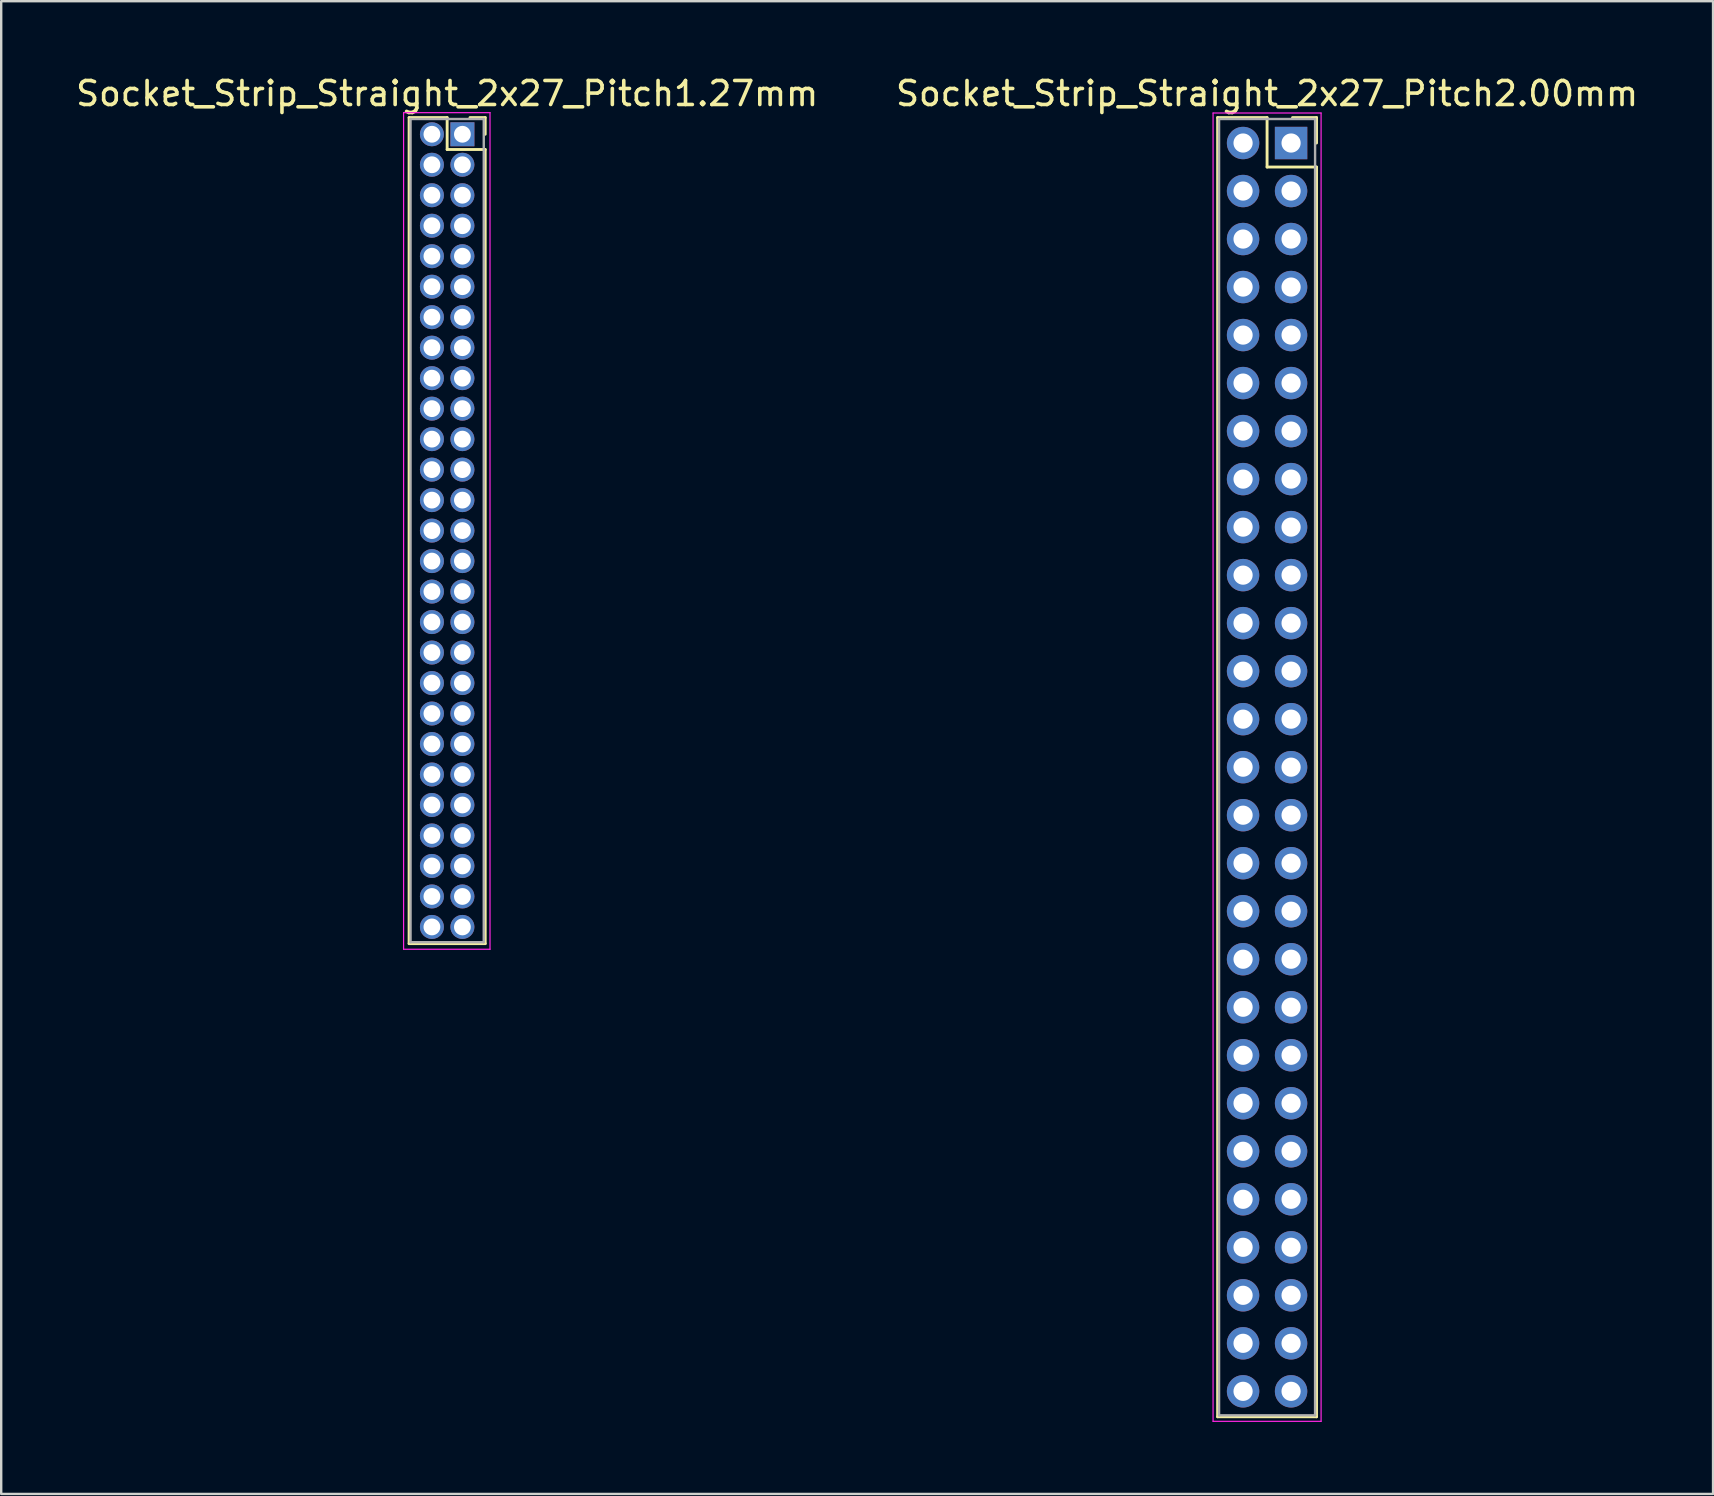
<source format=kicad_pcb>
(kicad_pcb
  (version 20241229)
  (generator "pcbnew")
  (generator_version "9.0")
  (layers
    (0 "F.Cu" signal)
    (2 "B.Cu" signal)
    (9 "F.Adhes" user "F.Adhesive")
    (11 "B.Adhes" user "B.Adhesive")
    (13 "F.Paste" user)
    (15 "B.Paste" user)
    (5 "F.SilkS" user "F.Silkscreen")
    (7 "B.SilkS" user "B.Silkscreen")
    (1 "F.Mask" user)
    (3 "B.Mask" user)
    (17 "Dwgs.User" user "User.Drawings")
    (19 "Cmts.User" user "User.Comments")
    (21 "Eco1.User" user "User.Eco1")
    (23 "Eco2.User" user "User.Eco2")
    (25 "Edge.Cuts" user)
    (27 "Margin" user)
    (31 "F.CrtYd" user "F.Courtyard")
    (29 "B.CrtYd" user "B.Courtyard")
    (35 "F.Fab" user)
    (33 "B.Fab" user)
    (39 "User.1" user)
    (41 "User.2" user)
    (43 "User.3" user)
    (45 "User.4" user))
  (footprint "Socket_Strip_Straight_2x27_Pitch2.00mm"
    (layer "F.Cu")
    (at 50.732 2.908)
    (property "Reference" "Socket_Strip_Straight_2x27_Pitch2.00mm" (at -1 -2.06 0) (layer "F.SilkS") (effects (font (size 1 1) (thickness 0.15))))
    (attr through_hole)
    (fp_line (start -3.06 -1.06) (end -1 -1.06) (stroke (width 0.12) (type solid)) (layer "F.SilkS"))
    (fp_line (start -3.06 53.06) (end -3.06 -1.06) (stroke (width 0.12) (type solid)) (layer "F.SilkS"))
    (fp_line (start -1 -1.06) (end -1 1) (stroke (width 0.12) (type solid)) (layer "F.SilkS"))
    (fp_line (start -1 1) (end 1.06 1) (stroke (width 0.12) (type solid)) (layer "F.SilkS"))
    (fp_line (start 1.06 -1.06) (end 0.06 -1.06) (stroke (width 0.12) (type solid)) (layer "F.SilkS"))
    (fp_line (start 1.06 0) (end 1.06 -1.06) (stroke (width 0.12) (type solid)) (layer "F.SilkS"))
    (fp_line (start 1.06 1) (end 1.06 53.06) (stroke (width 0.12) (type solid)) (layer "F.SilkS"))
    (fp_line (start 1.06 53.06) (end -3.06 53.06) (stroke (width 0.12) (type solid)) (layer "F.SilkS"))
    (fp_line (start -3.25 -1.25) (end -3.25 53.25) (stroke (width 0.05) (type solid)) (layer "F.CrtYd"))
    (fp_line (start -3.25 53.25) (end 1.25 53.25) (stroke (width 0.05) (type solid)) (layer "F.CrtYd"))
    (fp_line (start 1.25 -1.25) (end -3.25 -1.25) (stroke (width 0.05) (type solid)) (layer "F.CrtYd"))
    (fp_line (start 1.25 53.25) (end 1.25 -1.25) (stroke (width 0.05) (type solid)) (layer "F.CrtYd"))
    (fp_line (start -3 -1) (end -3 53) (stroke (width 0.1) (type solid)) (layer "F.Fab"))
    (fp_line (start -3 53) (end 1 53) (stroke (width 0.1) (type solid)) (layer "F.Fab"))
    (fp_line (start 1 -1) (end -3 -1) (stroke (width 0.1) (type solid)) (layer "F.Fab"))
    (fp_line (start 1 53) (end 1 -1) (stroke (width 0.1) (type solid)) (layer "F.Fab"))
    (pad "1" thru_hole rect (at 0 0) (size 1.35 1.35) (drill 0.8) (layers "*.Cu" "*.Mask"))
    (pad "2" thru_hole oval (at -2 0) (size 1.35 1.35) (drill 0.8) (layers "*.Cu" "*.Mask"))
    (pad "3" thru_hole oval (at 0 2) (size 1.35 1.35) (drill 0.8) (layers "*.Cu" "*.Mask"))
    (pad "4" thru_hole oval (at -2 2) (size 1.35 1.35) (drill 0.8) (layers "*.Cu" "*.Mask"))
    (pad "5" thru_hole oval (at 0 4) (size 1.35 1.35) (drill 0.8) (layers "*.Cu" "*.Mask"))
    (pad "6" thru_hole oval (at -2 4) (size 1.35 1.35) (drill 0.8) (layers "*.Cu" "*.Mask"))
    (pad "7" thru_hole oval (at 0 6) (size 1.35 1.35) (drill 0.8) (layers "*.Cu" "*.Mask"))
    (pad "8" thru_hole oval (at -2 6) (size 1.35 1.35) (drill 0.8) (layers "*.Cu" "*.Mask"))
    (pad "9" thru_hole oval (at 0 8) (size 1.35 1.35) (drill 0.8) (layers "*.Cu" "*.Mask"))
    (pad "10" thru_hole oval (at -2 8) (size 1.35 1.35) (drill 0.8) (layers "*.Cu" "*.Mask"))
    (pad "11" thru_hole oval (at 0 10) (size 1.35 1.35) (drill 0.8) (layers "*.Cu" "*.Mask"))
    (pad "12" thru_hole oval (at -2 10) (size 1.35 1.35) (drill 0.8) (layers "*.Cu" "*.Mask"))
    (pad "13" thru_hole oval (at 0 12) (size 1.35 1.35) (drill 0.8) (layers "*.Cu" "*.Mask"))
    (pad "14" thru_hole oval (at -2 12) (size 1.35 1.35) (drill 0.8) (layers "*.Cu" "*.Mask"))
    (pad "15" thru_hole oval (at 0 14) (size 1.35 1.35) (drill 0.8) (layers "*.Cu" "*.Mask"))
    (pad "16" thru_hole oval (at -2 14) (size 1.35 1.35) (drill 0.8) (layers "*.Cu" "*.Mask"))
    (pad "17" thru_hole oval (at 0 16) (size 1.35 1.35) (drill 0.8) (layers "*.Cu" "*.Mask"))
    (pad "18" thru_hole oval (at -2 16) (size 1.35 1.35) (drill 0.8) (layers "*.Cu" "*.Mask"))
    (pad "19" thru_hole oval (at 0 18) (size 1.35 1.35) (drill 0.8) (layers "*.Cu" "*.Mask"))
    (pad "20" thru_hole oval (at -2 18) (size 1.35 1.35) (drill 0.8) (layers "*.Cu" "*.Mask"))
    (pad "21" thru_hole oval (at 0 20) (size 1.35 1.35) (drill 0.8) (layers "*.Cu" "*.Mask"))
    (pad "22" thru_hole oval (at -2 20) (size 1.35 1.35) (drill 0.8) (layers "*.Cu" "*.Mask"))
    (pad "23" thru_hole oval (at 0 22) (size 1.35 1.35) (drill 0.8) (layers "*.Cu" "*.Mask"))
    (pad "24" thru_hole oval (at -2 22) (size 1.35 1.35) (drill 0.8) (layers "*.Cu" "*.Mask"))
    (pad "25" thru_hole oval (at 0 24) (size 1.35 1.35) (drill 0.8) (layers "*.Cu" "*.Mask"))
    (pad "26" thru_hole oval (at -2 24) (size 1.35 1.35) (drill 0.8) (layers "*.Cu" "*.Mask"))
    (pad "27" thru_hole oval (at 0 26) (size 1.35 1.35) (drill 0.8) (layers "*.Cu" "*.Mask"))
    (pad "28" thru_hole oval (at -2 26) (size 1.35 1.35) (drill 0.8) (layers "*.Cu" "*.Mask"))
    (pad "29" thru_hole oval (at 0 28) (size 1.35 1.35) (drill 0.8) (layers "*.Cu" "*.Mask"))
    (pad "30" thru_hole oval (at -2 28) (size 1.35 1.35) (drill 0.8) (layers "*.Cu" "*.Mask"))
    (pad "31" thru_hole oval (at 0 30) (size 1.35 1.35) (drill 0.8) (layers "*.Cu" "*.Mask"))
    (pad "32" thru_hole oval (at -2 30) (size 1.35 1.35) (drill 0.8) (layers "*.Cu" "*.Mask"))
    (pad "33" thru_hole oval (at 0 32) (size 1.35 1.35) (drill 0.8) (layers "*.Cu" "*.Mask"))
    (pad "34" thru_hole oval (at -2 32) (size 1.35 1.35) (drill 0.8) (layers "*.Cu" "*.Mask"))
    (pad "35" thru_hole oval (at 0 34) (size 1.35 1.35) (drill 0.8) (layers "*.Cu" "*.Mask"))
    (pad "36" thru_hole oval (at -2 34) (size 1.35 1.35) (drill 0.8) (layers "*.Cu" "*.Mask"))
    (pad "37" thru_hole oval (at 0 36) (size 1.35 1.35) (drill 0.8) (layers "*.Cu" "*.Mask"))
    (pad "38" thru_hole oval (at -2 36) (size 1.35 1.35) (drill 0.8) (layers "*.Cu" "*.Mask"))
    (pad "39" thru_hole oval (at 0 38) (size 1.35 1.35) (drill 0.8) (layers "*.Cu" "*.Mask"))
    (pad "40" thru_hole oval (at -2 38) (size 1.35 1.35) (drill 0.8) (layers "*.Cu" "*.Mask"))
    (pad "41" thru_hole oval (at 0 40) (size 1.35 1.35) (drill 0.8) (layers "*.Cu" "*.Mask"))
    (pad "42" thru_hole oval (at -2 40) (size 1.35 1.35) (drill 0.8) (layers "*.Cu" "*.Mask"))
    (pad "43" thru_hole oval (at 0 42) (size 1.35 1.35) (drill 0.8) (layers "*.Cu" "*.Mask"))
    (pad "44" thru_hole oval (at -2 42) (size 1.35 1.35) (drill 0.8) (layers "*.Cu" "*.Mask"))
    (pad "45" thru_hole oval (at 0 44) (size 1.35 1.35) (drill 0.8) (layers "*.Cu" "*.Mask"))
    (pad "46" thru_hole oval (at -2 44) (size 1.35 1.35) (drill 0.8) (layers "*.Cu" "*.Mask"))
    (pad "47" thru_hole oval (at 0 46) (size 1.35 1.35) (drill 0.8) (layers "*.Cu" "*.Mask"))
    (pad "48" thru_hole oval (at -2 46) (size 1.35 1.35) (drill 0.8) (layers "*.Cu" "*.Mask"))
    (pad "49" thru_hole oval (at 0 48) (size 1.35 1.35) (drill 0.8) (layers "*.Cu" "*.Mask"))
    (pad "50" thru_hole oval (at -2 48) (size 1.35 1.35) (drill 0.8) (layers "*.Cu" "*.Mask"))
    (pad "51" thru_hole oval (at 0 50) (size 1.35 1.35) (drill 0.8) (layers "*.Cu" "*.Mask"))
    (pad "52" thru_hole oval (at -2 50) (size 1.35 1.35) (drill 0.8) (layers "*.Cu" "*.Mask"))
    (pad "53" thru_hole oval (at 0 52) (size 1.35 1.35) (drill 0.8) (layers "*.Cu" "*.Mask"))
    (pad "54" thru_hole oval (at -2 52) (size 1.35 1.35) (drill 0.8) (layers "*.Cu" "*.Mask")))
  (footprint "Socket_Strip_Straight_2x27_Pitch1.27mm"
    (layer "F.Cu")
    (at 16.212 2.543)
    (property "Reference" "Socket_Strip_Straight_2x27_Pitch1.27mm" (at -0.635 -1.695 0) (layer "F.SilkS") (effects (font (size 1 1) (thickness 0.15))))
    (attr through_hole)
    (fp_line (start -2.22 -0.695) (end -0.635 -0.695) (stroke (width 0.12) (type solid)) (layer "F.SilkS"))
    (fp_line (start -2.22 33.715) (end -2.22 -0.695) (stroke (width 0.12) (type solid)) (layer "F.SilkS"))
    (fp_line (start -0.635 -0.695) (end -0.635 0.635) (stroke (width 0.12) (type solid)) (layer "F.SilkS"))
    (fp_line (start -0.635 0.635) (end 0.95 0.635) (stroke (width 0.12) (type solid)) (layer "F.SilkS"))
    (fp_line (start 0.95 -0.695) (end 0.315 -0.695) (stroke (width 0.12) (type solid)) (layer "F.SilkS"))
    (fp_line (start 0.95 0) (end 0.95 -0.695) (stroke (width 0.12) (type solid)) (layer "F.SilkS"))
    (fp_line (start 0.95 0.635) (end 0.95 33.715) (stroke (width 0.12) (type solid)) (layer "F.SilkS"))
    (fp_line (start 0.95 33.715) (end -2.22 33.715) (stroke (width 0.12) (type solid)) (layer "F.SilkS"))
    (fp_line (start -2.45 -0.9) (end -2.45 33.95) (stroke (width 0.05) (type solid)) (layer "F.CrtYd"))
    (fp_line (start -2.45 33.95) (end 1.15 33.95) (stroke (width 0.05) (type solid)) (layer "F.CrtYd"))
    (fp_line (start 1.15 -0.9) (end -2.45 -0.9) (stroke (width 0.05) (type solid)) (layer "F.CrtYd"))
    (fp_line (start 1.15 33.95) (end 1.15 -0.9) (stroke (width 0.05) (type solid)) (layer "F.CrtYd"))
    (fp_line (start -2.16 -0.635) (end -2.16 33.655) (stroke (width 0.1) (type solid)) (layer "F.Fab"))
    (fp_line (start -2.16 33.655) (end 0.89 33.655) (stroke (width 0.1) (type solid)) (layer "F.Fab"))
    (fp_line (start 0.89 -0.635) (end -2.16 -0.635) (stroke (width 0.1) (type solid)) (layer "F.Fab"))
    (fp_line (start 0.89 33.655) (end 0.89 -0.635) (stroke (width 0.1) (type solid)) (layer "F.Fab"))
    (pad "1" thru_hole rect (at 0 0) (size 1 1) (drill 0.7) (layers "*.Cu" "*.Mask"))
    (pad "2" thru_hole oval (at -1.27 0) (size 1 1) (drill 0.7) (layers "*.Cu" "*.Mask"))
    (pad "3" thru_hole oval (at 0 1.27) (size 1 1) (drill 0.7) (layers "*.Cu" "*.Mask"))
    (pad "4" thru_hole oval (at -1.27 1.27) (size 1 1) (drill 0.7) (layers "*.Cu" "*.Mask"))
    (pad "5" thru_hole oval (at 0 2.54) (size 1 1) (drill 0.7) (layers "*.Cu" "*.Mask"))
    (pad "6" thru_hole oval (at -1.27 2.54) (size 1 1) (drill 0.7) (layers "*.Cu" "*.Mask"))
    (pad "7" thru_hole oval (at 0 3.81) (size 1 1) (drill 0.7) (layers "*.Cu" "*.Mask"))
    (pad "8" thru_hole oval (at -1.27 3.81) (size 1 1) (drill 0.7) (layers "*.Cu" "*.Mask"))
    (pad "9" thru_hole oval (at 0 5.08) (size 1 1) (drill 0.7) (layers "*.Cu" "*.Mask"))
    (pad "10" thru_hole oval (at -1.27 5.08) (size 1 1) (drill 0.7) (layers "*.Cu" "*.Mask"))
    (pad "11" thru_hole oval (at 0 6.35) (size 1 1) (drill 0.7) (layers "*.Cu" "*.Mask"))
    (pad "12" thru_hole oval (at -1.27 6.35) (size 1 1) (drill 0.7) (layers "*.Cu" "*.Mask"))
    (pad "13" thru_hole oval (at 0 7.62) (size 1 1) (drill 0.7) (layers "*.Cu" "*.Mask"))
    (pad "14" thru_hole oval (at -1.27 7.62) (size 1 1) (drill 0.7) (layers "*.Cu" "*.Mask"))
    (pad "15" thru_hole oval (at 0 8.89) (size 1 1) (drill 0.7) (layers "*.Cu" "*.Mask"))
    (pad "16" thru_hole oval (at -1.27 8.89) (size 1 1) (drill 0.7) (layers "*.Cu" "*.Mask"))
    (pad "17" thru_hole oval (at 0 10.16) (size 1 1) (drill 0.7) (layers "*.Cu" "*.Mask"))
    (pad "18" thru_hole oval (at -1.27 10.16) (size 1 1) (drill 0.7) (layers "*.Cu" "*.Mask"))
    (pad "19" thru_hole oval (at 0 11.43) (size 1 1) (drill 0.7) (layers "*.Cu" "*.Mask"))
    (pad "20" thru_hole oval (at -1.27 11.43) (size 1 1) (drill 0.7) (layers "*.Cu" "*.Mask"))
    (pad "21" thru_hole oval (at 0 12.7) (size 1 1) (drill 0.7) (layers "*.Cu" "*.Mask"))
    (pad "22" thru_hole oval (at -1.27 12.7) (size 1 1) (drill 0.7) (layers "*.Cu" "*.Mask"))
    (pad "23" thru_hole oval (at 0 13.97) (size 1 1) (drill 0.7) (layers "*.Cu" "*.Mask"))
    (pad "24" thru_hole oval (at -1.27 13.97) (size 1 1) (drill 0.7) (layers "*.Cu" "*.Mask"))
    (pad "25" thru_hole oval (at 0 15.24) (size 1 1) (drill 0.7) (layers "*.Cu" "*.Mask"))
    (pad "26" thru_hole oval (at -1.27 15.24) (size 1 1) (drill 0.7) (layers "*.Cu" "*.Mask"))
    (pad "27" thru_hole oval (at 0 16.51) (size 1 1) (drill 0.7) (layers "*.Cu" "*.Mask"))
    (pad "28" thru_hole oval (at -1.27 16.51) (size 1 1) (drill 0.7) (layers "*.Cu" "*.Mask"))
    (pad "29" thru_hole oval (at 0 17.78) (size 1 1) (drill 0.7) (layers "*.Cu" "*.Mask"))
    (pad "30" thru_hole oval (at -1.27 17.78) (size 1 1) (drill 0.7) (layers "*.Cu" "*.Mask"))
    (pad "31" thru_hole oval (at 0 19.05) (size 1 1) (drill 0.7) (layers "*.Cu" "*.Mask"))
    (pad "32" thru_hole oval (at -1.27 19.05) (size 1 1) (drill 0.7) (layers "*.Cu" "*.Mask"))
    (pad "33" thru_hole oval (at 0 20.32) (size 1 1) (drill 0.7) (layers "*.Cu" "*.Mask"))
    (pad "34" thru_hole oval (at -1.27 20.32) (size 1 1) (drill 0.7) (layers "*.Cu" "*.Mask"))
    (pad "35" thru_hole oval (at 0 21.59) (size 1 1) (drill 0.7) (layers "*.Cu" "*.Mask"))
    (pad "36" thru_hole oval (at -1.27 21.59) (size 1 1) (drill 0.7) (layers "*.Cu" "*.Mask"))
    (pad "37" thru_hole oval (at 0 22.86) (size 1 1) (drill 0.7) (layers "*.Cu" "*.Mask"))
    (pad "38" thru_hole oval (at -1.27 22.86) (size 1 1) (drill 0.7) (layers "*.Cu" "*.Mask"))
    (pad "39" thru_hole oval (at 0 24.13) (size 1 1) (drill 0.7) (layers "*.Cu" "*.Mask"))
    (pad "40" thru_hole oval (at -1.27 24.13) (size 1 1) (drill 0.7) (layers "*.Cu" "*.Mask"))
    (pad "41" thru_hole oval (at 0 25.4) (size 1 1) (drill 0.7) (layers "*.Cu" "*.Mask"))
    (pad "42" thru_hole oval (at -1.27 25.4) (size 1 1) (drill 0.7) (layers "*.Cu" "*.Mask"))
    (pad "43" thru_hole oval (at 0 26.67) (size 1 1) (drill 0.7) (layers "*.Cu" "*.Mask"))
    (pad "44" thru_hole oval (at -1.27 26.67) (size 1 1) (drill 0.7) (layers "*.Cu" "*.Mask"))
    (pad "45" thru_hole oval (at 0 27.94) (size 1 1) (drill 0.7) (layers "*.Cu" "*.Mask"))
    (pad "46" thru_hole oval (at -1.27 27.94) (size 1 1) (drill 0.7) (layers "*.Cu" "*.Mask"))
    (pad "47" thru_hole oval (at 0 29.21) (size 1 1) (drill 0.7) (layers "*.Cu" "*.Mask"))
    (pad "48" thru_hole oval (at -1.27 29.21) (size 1 1) (drill 0.7) (layers "*.Cu" "*.Mask"))
    (pad "49" thru_hole oval (at 0 30.48) (size 1 1) (drill 0.7) (layers "*.Cu" "*.Mask"))
    (pad "50" thru_hole oval (at -1.27 30.48) (size 1 1) (drill 0.7) (layers "*.Cu" "*.Mask"))
    (pad "51" thru_hole oval (at 0 31.75) (size 1 1) (drill 0.7) (layers "*.Cu" "*.Mask"))
    (pad "52" thru_hole oval (at -1.27 31.75) (size 1 1) (drill 0.7) (layers "*.Cu" "*.Mask"))
    (pad "53" thru_hole oval (at 0 33.02) (size 1 1) (drill 0.7) (layers "*.Cu" "*.Mask"))
    (pad "54" thru_hole oval (at -1.27 33.02) (size 1 1) (drill 0.7) (layers "*.Cu" "*.Mask")))
  (gr_rect
    (start -3 -3)
    (end 68.31 59.183)
    (stroke (width 0.1) (type default))
    (fill no)
    (layer "Edge.Cuts")))
</source>
